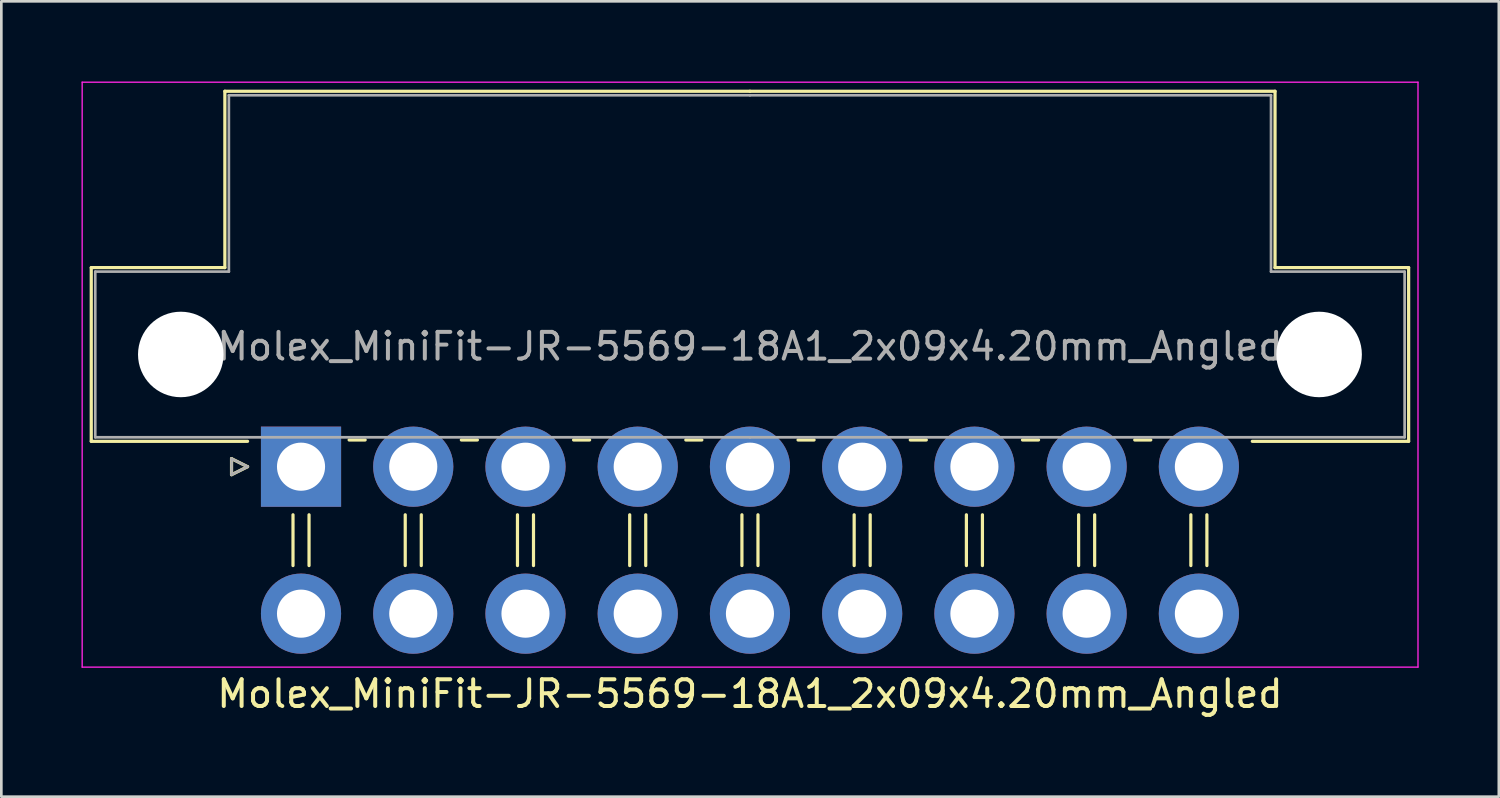
<source format=kicad_pcb>
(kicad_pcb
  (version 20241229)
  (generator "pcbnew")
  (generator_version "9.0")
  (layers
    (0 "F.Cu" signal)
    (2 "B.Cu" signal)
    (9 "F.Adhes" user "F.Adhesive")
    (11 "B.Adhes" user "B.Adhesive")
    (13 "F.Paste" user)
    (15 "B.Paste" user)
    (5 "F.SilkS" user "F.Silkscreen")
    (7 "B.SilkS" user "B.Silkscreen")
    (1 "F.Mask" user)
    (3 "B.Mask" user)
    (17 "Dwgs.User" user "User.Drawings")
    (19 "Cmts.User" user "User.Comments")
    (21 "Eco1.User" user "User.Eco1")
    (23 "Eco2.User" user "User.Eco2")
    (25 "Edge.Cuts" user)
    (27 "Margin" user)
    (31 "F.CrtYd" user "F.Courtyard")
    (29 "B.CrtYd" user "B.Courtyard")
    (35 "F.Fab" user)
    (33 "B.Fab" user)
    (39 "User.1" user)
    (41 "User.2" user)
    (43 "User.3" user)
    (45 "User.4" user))
  (footprint "Molex_MiniFit-JR-5569-18A1_2x09x4.20mm_Angled"
    (layer "F.Cu")
    (at 8.215 14.415)
    (property "Reference" "Molex_MiniFit-JR-5569-18A1_2x09x4.20mm_Angled" (at 16.8 8.5 0) (layer "F.SilkS") (effects (font (size 1 1) (thickness 0.15))))
    (attr through_hole)
    (fp_line (start -7.85 -7.45) (end -7.85 -0.95) (stroke (width 0.12) (type solid)) (layer "F.SilkS"))
    (fp_line (start -7.85 -0.95) (end -2 -0.95) (stroke (width 0.12) (type solid)) (layer "F.SilkS"))
    (fp_line (start -2.85 -14.05) (end -2.85 -7.45) (stroke (width 0.12) (type solid)) (layer "F.SilkS"))
    (fp_line (start -2.85 -7.45) (end -7.85 -7.45) (stroke (width 0.12) (type solid)) (layer "F.SilkS"))
    (fp_line (start -2.6 -0.3) (end -2 0) (stroke (width 0.12) (type solid)) (layer "F.SilkS"))
    (fp_line (start -2.6 0.3) (end -2.6 -0.3) (stroke (width 0.12) (type solid)) (layer "F.SilkS"))
    (fp_line (start -2 0) (end -2.6 0.3) (stroke (width 0.12) (type solid)) (layer "F.SilkS"))
    (fp_line (start -0.3 1.8) (end -0.3 3.7) (stroke (width 0.12) (type solid)) (layer "F.SilkS"))
    (fp_line (start 0.3 1.8) (end 0.3 3.7) (stroke (width 0.12) (type solid)) (layer "F.SilkS"))
    (fp_line (start 1.8 -1) (end 2.4 -1) (stroke (width 0.12) (type solid)) (layer "F.SilkS"))
    (fp_line (start 3.9 1.8) (end 3.9 3.7) (stroke (width 0.12) (type solid)) (layer "F.SilkS"))
    (fp_line (start 4.5 1.8) (end 4.5 3.7) (stroke (width 0.12) (type solid)) (layer "F.SilkS"))
    (fp_line (start 6 -1) (end 6.6 -1) (stroke (width 0.12) (type solid)) (layer "F.SilkS"))
    (fp_line (start 8.1 1.8) (end 8.1 3.7) (stroke (width 0.12) (type solid)) (layer "F.SilkS"))
    (fp_line (start 8.7 1.8) (end 8.7 3.7) (stroke (width 0.12) (type solid)) (layer "F.SilkS"))
    (fp_line (start 10.2 -1) (end 10.8 -1) (stroke (width 0.12) (type solid)) (layer "F.SilkS"))
    (fp_line (start 12.3 1.8) (end 12.3 3.7) (stroke (width 0.12) (type solid)) (layer "F.SilkS"))
    (fp_line (start 12.9 1.8) (end 12.9 3.7) (stroke (width 0.12) (type solid)) (layer "F.SilkS"))
    (fp_line (start 14.4 -1) (end 15 -1) (stroke (width 0.12) (type solid)) (layer "F.SilkS"))
    (fp_line (start 16.5 1.8) (end 16.5 3.7) (stroke (width 0.12) (type solid)) (layer "F.SilkS"))
    (fp_line (start 16.8 -14.05) (end -2.85 -14.05) (stroke (width 0.12) (type solid)) (layer "F.SilkS"))
    (fp_line (start 16.8 -14.05) (end 36.45 -14.05) (stroke (width 0.12) (type solid)) (layer "F.SilkS"))
    (fp_line (start 17.1 1.8) (end 17.1 3.7) (stroke (width 0.12) (type solid)) (layer "F.SilkS"))
    (fp_line (start 18.6 -1) (end 19.2 -1) (stroke (width 0.12) (type solid)) (layer "F.SilkS"))
    (fp_line (start 20.7 1.8) (end 20.7 3.7) (stroke (width 0.12) (type solid)) (layer "F.SilkS"))
    (fp_line (start 21.3 1.8) (end 21.3 3.7) (stroke (width 0.12) (type solid)) (layer "F.SilkS"))
    (fp_line (start 22.8 -1) (end 23.4 -1) (stroke (width 0.12) (type solid)) (layer "F.SilkS"))
    (fp_line (start 24.9 1.8) (end 24.9 3.7) (stroke (width 0.12) (type solid)) (layer "F.SilkS"))
    (fp_line (start 25.5 1.8) (end 25.5 3.7) (stroke (width 0.12) (type solid)) (layer "F.SilkS"))
    (fp_line (start 27 -1) (end 27.6 -1) (stroke (width 0.12) (type solid)) (layer "F.SilkS"))
    (fp_line (start 29.1 1.8) (end 29.1 3.7) (stroke (width 0.12) (type solid)) (layer "F.SilkS"))
    (fp_line (start 29.7 1.8) (end 29.7 3.7) (stroke (width 0.12) (type solid)) (layer "F.SilkS"))
    (fp_line (start 31.2 -1) (end 31.8 -1) (stroke (width 0.12) (type solid)) (layer "F.SilkS"))
    (fp_line (start 33.3 1.8) (end 33.3 3.7) (stroke (width 0.12) (type solid)) (layer "F.SilkS"))
    (fp_line (start 33.9 1.8) (end 33.9 3.7) (stroke (width 0.12) (type solid)) (layer "F.SilkS"))
    (fp_line (start 36.45 -14.05) (end 36.45 -7.45) (stroke (width 0.12) (type solid)) (layer "F.SilkS"))
    (fp_line (start 36.45 -7.45) (end 41.45 -7.45) (stroke (width 0.12) (type solid)) (layer "F.SilkS"))
    (fp_line (start 41.45 -7.45) (end 41.45 -0.95) (stroke (width 0.12) (type solid)) (layer "F.SilkS"))
    (fp_line (start 41.45 -0.95) (end 35.6 -0.95) (stroke (width 0.12) (type solid)) (layer "F.SilkS"))
    (fp_line (start -8.19 -14.39) (end -8.19 7.5) (stroke (width 0.05) (type solid)) (layer "F.CrtYd"))
    (fp_line (start -8.19 7.5) (end 41.8 7.5) (stroke (width 0.05) (type solid)) (layer "F.CrtYd"))
    (fp_line (start 41.8 -14.39) (end -8.19 -14.39) (stroke (width 0.05) (type solid)) (layer "F.CrtYd"))
    (fp_line (start 41.8 7.5) (end 41.8 -14.39) (stroke (width 0.05) (type solid)) (layer "F.CrtYd"))
    (fp_line (start -7.7 -7.3) (end -7.7 -1.1) (stroke (width 0.1) (type solid)) (layer "F.Fab"))
    (fp_line (start -7.7 -1.1) (end 16.8 -1.1) (stroke (width 0.1) (type solid)) (layer "F.Fab"))
    (fp_line (start -2.7 -13.9) (end -2.7 -7.3) (stroke (width 0.1) (type solid)) (layer "F.Fab"))
    (fp_line (start -2.7 -7.3) (end -7.7 -7.3) (stroke (width 0.1) (type solid)) (layer "F.Fab"))
    (fp_line (start -2.6 -0.3) (end -2 0) (stroke (width 0.1) (type solid)) (layer "F.Fab"))
    (fp_line (start -2.6 0.3) (end -2.6 -0.3) (stroke (width 0.1) (type solid)) (layer "F.Fab"))
    (fp_line (start -2 0) (end -2.6 0.3) (stroke (width 0.1) (type solid)) (layer "F.Fab"))
    (fp_line (start 16.8 -13.9) (end -2.7 -13.9) (stroke (width 0.1) (type solid)) (layer "F.Fab"))
    (fp_line (start 16.8 -13.9) (end 36.3 -13.9) (stroke (width 0.1) (type solid)) (layer "F.Fab"))
    (fp_line (start 36.3 -13.9) (end 36.3 -7.3) (stroke (width 0.1) (type solid)) (layer "F.Fab"))
    (fp_line (start 36.3 -7.3) (end 41.3 -7.3) (stroke (width 0.1) (type solid)) (layer "F.Fab"))
    (fp_line (start 41.3 -7.3) (end 41.3 -1.1) (stroke (width 0.1) (type solid)) (layer "F.Fab"))
    (fp_line (start 41.3 -1.1) (end 16.8 -1.1) (stroke (width 0.1) (type solid)) (layer "F.Fab"))
    (fp_text user "${REFERENCE}" (at 16.8 -4.5 0) (layer "F.Fab") (effects (font (size 1 1) (thickness 0.15))))
    (pad "" np_thru_hole circle (at -4.5 -4.2) (size 3.2 3.2) (drill 3.2) (layers "*.Cu" "*.Mask"))
    (pad "" np_thru_hole circle (at 38.1 -4.2) (size 3.2 3.2) (drill 3.2) (layers "*.Cu" "*.Mask"))
    (pad "1" thru_hole rect (at 0 0) (size 3 3) (drill 1.8) (layers "*.Cu" "*.Mask"))
    (pad "2" thru_hole circle (at 4.2 0) (size 3 3) (drill 1.8) (layers "*.Cu" "*.Mask"))
    (pad "3" thru_hole circle (at 8.4 0) (size 3 3) (drill 1.8) (layers "*.Cu" "*.Mask"))
    (pad "4" thru_hole circle (at 12.6 0) (size 3 3) (drill 1.8) (layers "*.Cu" "*.Mask"))
    (pad "5" thru_hole circle (at 16.8 0) (size 3 3) (drill 1.8) (layers "*.Cu" "*.Mask"))
    (pad "6" thru_hole circle (at 21 0) (size 3 3) (drill 1.8) (layers "*.Cu" "*.Mask"))
    (pad "7" thru_hole circle (at 25.2 0) (size 3 3) (drill 1.8) (layers "*.Cu" "*.Mask"))
    (pad "8" thru_hole circle (at 29.4 0) (size 3 3) (drill 1.8) (layers "*.Cu" "*.Mask"))
    (pad "9" thru_hole circle (at 33.6 0) (size 3 3) (drill 1.8) (layers "*.Cu" "*.Mask"))
    (pad "10" thru_hole circle (at 0 5.5) (size 3 3) (drill 1.8) (layers "*.Cu" "*.Mask"))
    (pad "11" thru_hole circle (at 4.2 5.5) (size 3 3) (drill 1.8) (layers "*.Cu" "*.Mask"))
    (pad "12" thru_hole circle (at 8.4 5.5) (size 3 3) (drill 1.8) (layers "*.Cu" "*.Mask"))
    (pad "13" thru_hole circle (at 12.6 5.5) (size 3 3) (drill 1.8) (layers "*.Cu" "*.Mask"))
    (pad "14" thru_hole circle (at 16.8 5.5) (size 3 3) (drill 1.8) (layers "*.Cu" "*.Mask"))
    (pad "15" thru_hole circle (at 21 5.5) (size 3 3) (drill 1.8) (layers "*.Cu" "*.Mask"))
    (pad "16" thru_hole circle (at 25.2 5.5) (size 3 3) (drill 1.8) (layers "*.Cu" "*.Mask"))
    (pad "17" thru_hole circle (at 29.4 5.5) (size 3 3) (drill 1.8) (layers "*.Cu" "*.Mask"))
    (pad "18" thru_hole circle (at 33.6 5.5) (size 3 3) (drill 1.8) (layers "*.Cu" "*.Mask")))
  (gr_rect
    (start -3 -3)
    (end 53.04 26.763)
    (stroke (width 0.1) (type default))
    (fill no)
    (layer "Edge.Cuts")))
</source>
